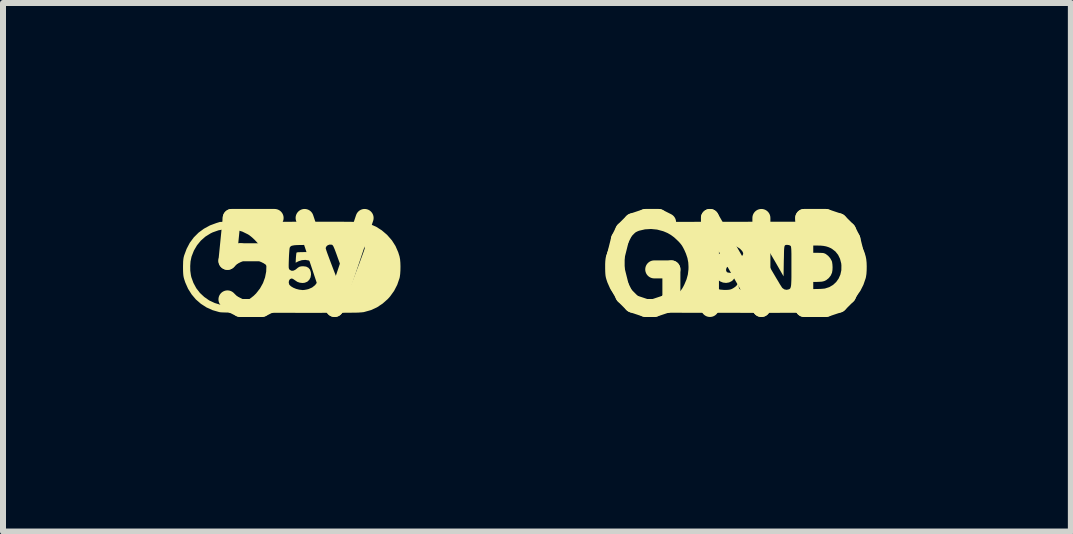
<source format=kicad_pcb>
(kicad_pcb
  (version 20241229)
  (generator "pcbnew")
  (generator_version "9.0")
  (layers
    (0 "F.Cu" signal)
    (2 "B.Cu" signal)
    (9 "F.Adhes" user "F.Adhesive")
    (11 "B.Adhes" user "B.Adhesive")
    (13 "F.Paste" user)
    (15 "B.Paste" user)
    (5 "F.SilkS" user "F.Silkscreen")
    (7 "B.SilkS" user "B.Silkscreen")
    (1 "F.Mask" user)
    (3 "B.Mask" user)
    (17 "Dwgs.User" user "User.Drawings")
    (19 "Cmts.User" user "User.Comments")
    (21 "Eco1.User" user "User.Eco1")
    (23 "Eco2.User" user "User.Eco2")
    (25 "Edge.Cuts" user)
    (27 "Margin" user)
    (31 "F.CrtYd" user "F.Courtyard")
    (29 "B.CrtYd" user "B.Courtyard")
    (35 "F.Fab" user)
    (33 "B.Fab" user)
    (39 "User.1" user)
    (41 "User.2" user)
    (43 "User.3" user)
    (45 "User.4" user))
  (footprint "GND"
    (layer "F.Cu")
    (at 9.21 1.404)
    (property "Reference" "GND" (at 0 0 0) (layer "F.SilkS") (effects (font (size 1.5 1.5) (thickness 0.3))))
    (attr board_only exclude_from_pos_files exclude_from_bom)
    (fp_poly (pts (xy 1.405 -0.24) (xy 1.437 -0.239) (xy 1.46 -0.237) (xy 1.478 -0.232) (xy 1.494 -0.225) (xy 1.503 -0.22) (xy 1.542 -0.19) (xy 1.576 -0.15) (xy 1.6 -0.107) (xy 1.606 -0.091) (xy 1.612 -0.05) (xy 1.615 -0.002) (xy 1.613 0.047) (xy 1.606 0.088) (xy 1.606 0.09) (xy 1.585 0.137) (xy 1.552 0.179) (xy 1.511 0.213) (xy 1.499 0.219) (xy 1.479 0.229) (xy 1.458 0.235) (xy 1.434 0.24) (xy 1.4 0.242) (xy 1.358 0.244) (xy 1.314 0.245) (xy 1.284 0.244) (xy 1.265 0.242) (xy 1.256 0.238) (xy 1.254 0.235) (xy 1.253 0.224) (xy 1.252 0.198) (xy 1.252 0.16) (xy 1.252 0.112) (xy 1.252 0.056) (xy 1.252 -0.005) (xy 1.252 -0.009) (xy 1.254 -0.241) (xy 1.36 -0.241)) (stroke (width 0) (type solid)) (fill yes) (layer "F.SilkS"))
    (fp_poly (pts (xy 0.886 -0.759) (xy 0.991 -0.759) (xy 1.084 -0.759) (xy 1.166 -0.758) (xy 1.239 -0.758) (xy 1.301 -0.758) (xy 1.355 -0.757) (xy 1.401 -0.756) (xy 1.44 -0.756) (xy 1.473 -0.755) (xy 1.499 -0.754) (xy 1.521 -0.752) (xy 1.539 -0.751) (xy 1.553 -0.75) (xy 1.565 -0.748) (xy 1.571 -0.747) (xy 1.678 -0.719) (xy 1.779 -0.675) (xy 1.873 -0.615) (xy 1.96 -0.54) (xy 1.968 -0.532) (xy 2.041 -0.447) (xy 2.1 -0.354) (xy 2.146 -0.251) (xy 2.167 -0.181) (xy 2.176 -0.135) (xy 2.182 -0.077) (xy 2.184 -0.013) (xy 2.183 0.052) (xy 2.179 0.113) (xy 2.171 0.164) (xy 2.167 0.181) (xy 2.129 0.292) (xy 2.078 0.393) (xy 2.012 0.485) (xy 1.972 0.529) (xy 1.887 0.605) (xy 1.794 0.667) (xy 1.695 0.713) (xy 1.588 0.743) (xy 1.584 0.744) (xy 1.574 0.746) (xy 1.563 0.748) (xy 1.551 0.75) (xy 1.536 0.751) (xy 1.518 0.752) (xy 1.497 0.754) (xy 1.471 0.755) (xy 1.439 0.756) (xy 1.401 0.756) (xy 1.357 0.757) (xy 1.304 0.758) (xy 1.244 0.758) (xy 1.174 0.759) (xy 1.094 0.759) (xy 1.003 0.759) (xy 0.901 0.759) (xy 0.787 0.759) (xy 0.659 0.76) (xy 0.518 0.76) (xy 0.362 0.76) (xy 0.191 0.76) (xy 0.004 0.759) (xy -0.004 0.759) (xy -0.197 0.759) (xy -0.373 0.759) (xy -0.534 0.759) (xy -0.679 0.759) (xy -0.811 0.759) (xy -0.93 0.758) (xy -1.036 0.758) (xy -1.129 0.758) (xy -1.212 0.757) (xy -1.284 0.756) (xy -1.346 0.756) (xy -1.399 0.755) (xy -1.444 0.754) (xy -1.48 0.753) (xy -1.51 0.752) (xy -1.533 0.751) (xy -1.551 0.75) (xy -1.564 0.748) (xy -1.571 0.747) (xy -1.682 0.715) (xy -1.784 0.669) (xy -1.877 0.609) (xy -1.96 0.537) (xy -2.031 0.453) (xy -2.091 0.358) (xy -2.138 0.252) (xy -2.156 0.197) (xy -2.164 0.167) (xy -2.169 0.139) (xy -2.172 0.108) (xy -2.174 0.07) (xy -2.175 0.021) (xy -2.175 0) (xy -2.175 -0.02) (xy -2.055 -0.02) (xy -2.053 0.057) (xy -2.044 0.129) (xy -2.037 0.163) (xy -2.003 0.26) (xy -1.954 0.348) (xy -1.893 0.427) (xy -1.821 0.496) (xy -1.739 0.552) (xy -1.648 0.596) (xy -1.55 0.625) (xy -1.507 0.633) (xy -1.463 0.638) (xy -1.427 0.64) (xy -1.392 0.639) (xy -1.35 0.634) (xy -1.338 0.633) (xy -1.267 0.618) (xy -1.192 0.594) (xy -1.122 0.565) (xy -1.092 0.548) (xy -1.066 0.53) (xy -1.033 0.504) (xy -0.998 0.473) (xy -0.97 0.446) (xy -0.935 0.41) (xy -0.91 0.381) (xy -0.889 0.351) (xy -0.87 0.317) (xy -0.854 0.285) (xy -0.819 0.202) (xy -0.797 0.121) (xy -0.787 0.037) (xy -0.786 -0.004) (xy -0.787 -0.029) (xy -0.509 -0.029) (xy -0.509 0.049) (xy -0.496 0.125) (xy -0.471 0.195) (xy -0.434 0.258) (xy -0.416 0.28) (xy -0.369 0.324) (xy -0.317 0.354) (xy -0.259 0.372) (xy -0.191 0.378) (xy -0.165 0.378) (xy -0.125 0.376) (xy -0.096 0.372) (xy -0.073 0.365) (xy -0.048 0.353) (xy -0.043 0.35) (xy -0.007 0.326) (xy 0.021 0.298) (xy 0.024 0.292) (xy 0.046 0.259) (xy 0.049 0.304) (xy 0.053 0.338) (xy 0.061 0.359) (xy 0.076 0.369) (xy 0.101 0.372) (xy 0.102 0.372) (xy 0.121 0.371) (xy 0.135 0.366) (xy 0.146 0.356) (xy 0.153 0.338) (xy 0.157 0.311) (xy 0.16 0.272) (xy 0.16 0.219) (xy 0.16 0.184) (xy 0.16 0.166) (xy 0.322 0.166) (xy 0.322 0.222) (xy 0.323 0.266) (xy 0.324 0.3) (xy 0.326 0.325) (xy 0.33 0.343) (xy 0.335 0.355) (xy 0.341 0.362) (xy 0.348 0.368) (xy 0.357 0.372) (xy 0.359 0.372) (xy 0.385 0.377) (xy 0.414 0.372) (xy 0.437 0.36) (xy 0.439 0.358) (xy 0.443 0.353) (xy 0.445 0.343) (xy 0.448 0.328) (xy 0.449 0.305) (xy 0.45 0.272) (xy 0.45 0.229) (xy 0.45 0.172) (xy 0.449 0.101) (xy 0.449 0.069) (xy 0.448 0.003) (xy 0.448 -0.057) (xy 0.448 -0.109) (xy 0.449 -0.151) (xy 0.45 -0.182) (xy 0.451 -0.198) (xy 0.452 -0.201) (xy 0.458 -0.193) (xy 0.47 -0.171) (xy 0.49 -0.139) (xy 0.515 -0.096) (xy 0.544 -0.046) (xy 0.576 0.01) (xy 0.608 0.065) (xy 0.644 0.126) (xy 0.678 0.184) (xy 0.709 0.235) (xy 0.735 0.28) (xy 0.757 0.314) (xy 0.772 0.338) (xy 0.78 0.347) (xy 0.812 0.369) (xy 0.849 0.376) (xy 0.878 0.37) (xy 0.891 0.366) (xy 0.901 0.36) (xy 0.909 0.352) (xy 0.915 0.339) (xy 0.92 0.321) (xy 0.924 0.296) (xy 0.926 0.262) (xy 0.928 0.218) (xy 0.929 0.161) (xy 0.929 0.16) (xy 1.119 0.16) (xy 1.12 0.218) (xy 1.123 0.264) (xy 1.128 0.3) (xy 1.136 0.325) (xy 1.149 0.343) (xy 1.167 0.354) (xy 1.19 0.36) (xy 1.22 0.362) (xy 1.257 0.363) (xy 1.303 0.363) (xy 1.315 0.363) (xy 1.364 0.362) (xy 1.411 0.361) (xy 1.452 0.358) (xy 1.481 0.355) (xy 1.488 0.354) (xy 1.56 0.331) (xy 1.623 0.294) (xy 1.675 0.246) (xy 1.716 0.188) (xy 1.745 0.122) (xy 1.761 0.049) (xy 1.762 -0.03) (xy 1.759 -0.064) (xy 1.739 -0.141) (xy 1.707 -0.207) (xy 1.662 -0.263) (xy 1.605 -0.307) (xy 1.582 -0.32) (xy 1.545 -0.336) (xy 1.507 -0.348) (xy 1.465 -0.356) (xy 1.416 -0.361) (xy 1.355 -0.362) (xy 1.299 -0.362) (xy 1.249 -0.361) (xy 1.213 -0.359) (xy 1.188 -0.357) (xy 1.171 -0.354) (xy 1.16 -0.35) (xy 1.15 -0.343) (xy 1.143 -0.336) (xy 1.119 -0.312) (xy 1.119 -0.001) (xy 1.119 0.087) (xy 1.119 0.16) (xy 0.929 0.16) (xy 0.929 0.092) (xy 0.929 0.007) (xy 0.929 -0.015) (xy 0.929 -0.099) (xy 0.929 -0.167) (xy 0.929 -0.222) (xy 0.928 -0.264) (xy 0.927 -0.296) (xy 0.925 -0.32) (xy 0.923 -0.336) (xy 0.921 -0.347) (xy 0.918 -0.353) (xy 0.914 -0.357) (xy 0.892 -0.369) (xy 0.86 -0.373) (xy 0.849 -0.373) (xy 0.837 -0.372) (xy 0.828 -0.369) (xy 0.821 -0.364) (xy 0.815 -0.353) (xy 0.811 -0.336) (xy 0.808 -0.31) (xy 0.806 -0.275) (xy 0.805 -0.227) (xy 0.804 -0.166) (xy 0.802 -0.102) (xy 0.798 0.151) (xy 0.661 -0.088) (xy 0.627 -0.146) (xy 0.595 -0.201) (xy 0.566 -0.249) (xy 0.541 -0.29) (xy 0.521 -0.321) (xy 0.508 -0.34) (xy 0.504 -0.345) (xy 0.47 -0.367) (xy 0.43 -0.375) (xy 0.391 -0.37) (xy 0.356 -0.351) (xy 0.346 -0.342) (xy 0.325 -0.32) (xy 0.323 0.01) (xy 0.322 0.095) (xy 0.322 0.166) (xy 0.16 0.166) (xy 0.16 0.131) (xy 0.16 0.091) (xy 0.159 0.063) (xy 0.157 0.044) (xy 0.153 0.031) (xy 0.148 0.021) (xy 0.141 0.012) (xy 0.14 0.011) (xy 0.12 -0.013) (xy -0.008 -0.013) (xy -0.058 -0.013) (xy -0.093 -0.012) (xy -0.117 -0.01) (xy -0.132 -0.007) (xy -0.142 -0.003) (xy -0.148 0.003) (xy -0.148 0.004) (xy -0.159 0.029) (xy -0.159 0.056) (xy -0.148 0.079) (xy -0.147 0.08) (xy -0.136 0.086) (xy -0.117 0.09) (xy -0.087 0.093) (xy -0.054 0.093) (xy -0.02 0.094) (xy 0.007 0.095) (xy 0.023 0.098) (xy 0.025 0.099) (xy 0.02 0.117) (xy 0.006 0.142) (xy -0.013 0.171) (xy -0.034 0.199) (xy -0.054 0.222) (xy -0.066 0.231) (xy -0.11 0.253) (xy -0.16 0.261) (xy -0.211 0.255) (xy -0.258 0.236) (xy -0.279 0.221) (xy -0.315 0.18) (xy -0.342 0.13) (xy -0.359 0.071) (xy -0.366 0.009) (xy -0.362 -0.053) (xy -0.349 -0.113) (xy -0.326 -0.166) (xy -0.293 -0.21) (xy -0.29 -0.213) (xy -0.247 -0.243) (xy -0.197 -0.26) (xy -0.143 -0.263) (xy -0.09 -0.254) (xy -0.041 -0.232) (xy -0.000454 -0.2) (xy 0.03 -0.176) (xy 0.06 -0.167) (xy 0.089 -0.174) (xy 0.109 -0.191) (xy 0.123 -0.215) (xy 0.125 -0.237) (xy 0.113 -0.262) (xy 0.108 -0.271) (xy 0.072 -0.309) (xy 0.022 -0.341) (xy -0.037 -0.364) (xy -0.098 -0.377) (xy -0.164 -0.38) (xy -0.23 -0.373) (xy -0.288 -0.357) (xy -0.299 -0.352) (xy -0.354 -0.319) (xy -0.405 -0.273) (xy -0.448 -0.22) (xy -0.472 -0.179) (xy -0.497 -0.106) (xy -0.509 -0.029) (xy -0.787 -0.029) (xy -0.79 -0.081) (xy -0.804 -0.154) (xy -0.829 -0.228) (xy -0.855 -0.287) (xy -0.876 -0.328) (xy -0.895 -0.361) (xy -0.916 -0.389) (xy -0.942 -0.419) (xy -0.97 -0.447) (xy -1.026 -0.499) (xy -1.079 -0.538) (xy -1.134 -0.57) (xy -1.195 -0.596) (xy -1.208 -0.601) (xy -1.309 -0.628) (xy -1.41 -0.638) (xy -1.511 -0.632) (xy -1.61 -0.609) (xy -1.707 -0.569) (xy -1.715 -0.565) (xy -1.801 -0.511) (xy -1.877 -0.444) (xy -1.942 -0.366) (xy -1.994 -0.279) (xy -2.031 -0.184) (xy -2.037 -0.163) (xy -2.05 -0.096) (xy -2.055 -0.02) (xy -2.175 -0.02) (xy -2.175 -0.054) (xy -2.173 -0.096) (xy -2.17 -0.129) (xy -2.166 -0.158) (xy -2.159 -0.186) (xy -2.156 -0.197) (xy -2.116 -0.307) (xy -2.062 -0.408) (xy -1.995 -0.498) (xy -1.917 -0.577) (xy -1.826 -0.643) (xy -1.725 -0.698) (xy -1.622 -0.736) (xy -1.558 -0.756) (xy -0.03 -0.758) (xy 0.161 -0.758) (xy 0.335 -0.759) (xy 0.494 -0.759) (xy 0.638 -0.759) (xy 0.769 -0.759)) (stroke (width 0) (type solid)) (fill yes) (layer "F.SilkS")))
  (footprint "5V"
    (layer "F.Cu")
    (at 1.812 1.404)
    (property "Reference" "5V" (at 0 0 0) (layer "F.SilkS") (effects (font (size 1.5 1.5) (thickness 0.3))))
    (attr board_only exclude_from_pos_files exclude_from_bom)
    (fp_poly (pts (xy 0.641 -0.759) (xy 0.735 -0.759) (xy 0.817 -0.759) (xy 0.889 -0.758) (xy 0.95 -0.758) (xy 1.003 -0.757) (xy 1.047 -0.757) (xy 1.084 -0.756) (xy 1.114 -0.755) (xy 1.139 -0.753) (xy 1.159 -0.752) (xy 1.176 -0.751) (xy 1.189 -0.749) (xy 1.199 -0.747) (xy 1.306 -0.719) (xy 1.407 -0.675) (xy 1.501 -0.615) (xy 1.589 -0.54) (xy 1.596 -0.532) (xy 1.67 -0.447) (xy 1.729 -0.354) (xy 1.774 -0.251) (xy 1.796 -0.181) (xy 1.805 -0.135) (xy 1.81 -0.077) (xy 1.812 -0.013) (xy 1.811 0.052) (xy 1.807 0.113) (xy 1.8 0.164) (xy 1.796 0.181) (xy 1.758 0.292) (xy 1.706 0.393) (xy 1.64 0.485) (xy 1.601 0.529) (xy 1.515 0.605) (xy 1.422 0.667) (xy 1.323 0.713) (xy 1.216 0.743) (xy 1.212 0.744) (xy 1.201 0.747) (xy 1.188 0.749) (xy 1.175 0.75) (xy 1.158 0.752) (xy 1.138 0.753) (xy 1.114 0.755) (xy 1.084 0.756) (xy 1.049 0.757) (xy 1.006 0.757) (xy 0.955 0.758) (xy 0.896 0.758) (xy 0.827 0.759) (xy 0.747 0.759) (xy 0.656 0.759) (xy 0.552 0.759) (xy 0.435 0.76) (xy 0.304 0.76) (xy 0.158 0.76) (xy -0.005 0.759) (xy -0.008 0.759) (xy -0.175 0.759) (xy -0.326 0.759) (xy -0.462 0.759) (xy -0.583 0.759) (xy -0.691 0.758) (xy -0.786 0.758) (xy -0.868 0.757) (xy -0.94 0.757) (xy -1.001 0.756) (xy -1.053 0.755) (xy -1.096 0.754) (xy -1.13 0.753) (xy -1.158 0.752) (xy -1.179 0.751) (xy -1.195 0.749) (xy -1.206 0.747) (xy -1.208 0.747) (xy -1.319 0.715) (xy -1.421 0.669) (xy -1.514 0.609) (xy -1.597 0.537) (xy -1.668 0.453) (xy -1.728 0.358) (xy -1.775 0.252) (xy -1.793 0.197) (xy -1.801 0.167) (xy -1.806 0.139) (xy -1.809 0.108) (xy -1.811 0.07) (xy -1.812 0.021) (xy -1.812 0) (xy -1.812 -0.021) (xy -1.692 -0.021) (xy -1.691 0.057) (xy -1.681 0.13) (xy -1.674 0.163) (xy -1.639 0.26) (xy -1.591 0.349) (xy -1.53 0.428) (xy -1.457 0.496) (xy -1.375 0.553) (xy -1.283 0.596) (xy -1.184 0.626) (xy -1.144 0.633) (xy -1.098 0.637) (xy -1.042 0.637) (xy -0.985 0.633) (xy -0.932 0.626) (xy -0.908 0.621) (xy -0.808 0.586) (xy -0.717 0.539) (xy -0.637 0.478) (xy -0.594 0.436) (xy -0.529 0.353) (xy -0.479 0.263) (xy -0.445 0.169) (xy -0.426 0.072) (xy -0.423 -0.012) (xy -0.051 -0.012) (xy -0.05 0.009) (xy -0.047 0.022) (xy -0.043 0.031) (xy -0.038 0.038) (xy -0.035 0.041) (xy -0.008 0.057) (xy 0.023 0.058) (xy 0.056 0.044) (xy 0.074 0.031) (xy 0.104 0.006) (xy 0.13 -0.009) (xy 0.157 -0.015) (xy 0.191 -0.017) (xy 0.24 -0.011) (xy 0.277 0.008) (xy 0.304 0.039) (xy 0.318 0.082) (xy 0.321 0.12) (xy 0.313 0.169) (xy 0.292 0.209) (xy 0.26 0.24) (xy 0.217 0.258) (xy 0.18 0.262) (xy 0.134 0.257) (xy 0.093 0.243) (xy 0.051 0.215) (xy 0.047 0.212) (xy 0.019 0.193) (xy -0.004 0.187) (xy -0.024 0.195) (xy -0.034 0.203) (xy -0.047 0.227) (xy -0.05 0.257) (xy -0.042 0.287) (xy -0.038 0.294) (xy -0.012 0.318) (xy 0.026 0.341) (xy 0.072 0.36) (xy 0.123 0.373) (xy 0.174 0.379) (xy 0.183 0.38) (xy 0.215 0.377) (xy 0.253 0.37) (xy 0.281 0.363) (xy 0.34 0.337) (xy 0.389 0.298) (xy 0.426 0.248) (xy 0.431 0.24) (xy 0.441 0.217) (xy 0.448 0.195) (xy 0.451 0.168) (xy 0.452 0.131) (xy 0.452 0.118) (xy 0.45 0.065) (xy 0.442 0.024) (xy 0.427 -0.01) (xy 0.402 -0.041) (xy 0.387 -0.057) (xy 0.34 -0.091) (xy 0.285 -0.113) (xy 0.226 -0.123) (xy 0.167 -0.118) (xy 0.113 -0.1) (xy 0.11 -0.099) (xy 0.065 -0.076) (xy 0.069 -0.155) (xy 0.072 -0.191) (xy 0.075 -0.22) (xy 0.078 -0.239) (xy 0.08 -0.244) (xy 0.089 -0.248) (xy 0.113 -0.251) (xy 0.152 -0.252) (xy 0.207 -0.253) (xy 0.238 -0.253) (xy 0.294 -0.254) (xy 0.336 -0.254) (xy 0.365 -0.256) (xy 0.385 -0.258) (xy 0.398 -0.262) (xy 0.406 -0.267) (xy 0.407 -0.267) (xy 0.419 -0.289) (xy 0.422 -0.317) (xy 0.422 -0.317) (xy 0.566 -0.317) (xy 0.569 -0.305) (xy 0.577 -0.279) (xy 0.59 -0.241) (xy 0.607 -0.195) (xy 0.627 -0.141) (xy 0.649 -0.082) (xy 0.673 -0.019) (xy 0.697 0.044) (xy 0.721 0.106) (xy 0.744 0.165) (xy 0.765 0.218) (xy 0.784 0.264) (xy 0.799 0.3) (xy 0.81 0.325) (xy 0.815 0.334) (xy 0.84 0.358) (xy 0.873 0.37) (xy 0.91 0.369) (xy 0.938 0.359) (xy 0.96 0.342) (xy 0.975 0.323) (xy 0.983 0.305) (xy 0.996 0.274) (xy 1.012 0.233) (xy 1.032 0.184) (xy 1.053 0.128) (xy 1.076 0.067) (xy 1.1 0.005) (xy 1.124 -0.057) (xy 1.146 -0.118) (xy 1.167 -0.174) (xy 1.185 -0.223) (xy 1.2 -0.265) (xy 1.21 -0.295) (xy 1.216 -0.313) (xy 1.216 -0.317) (xy 1.209 -0.344) (xy 1.19 -0.363) (xy 1.165 -0.375) (xy 1.136 -0.378) (xy 1.11 -0.371) (xy 1.09 -0.353) (xy 1.087 -0.348) (xy 1.081 -0.335) (xy 1.07 -0.307) (xy 1.056 -0.268) (xy 1.038 -0.22) (xy 1.017 -0.165) (xy 0.996 -0.105) (xy 0.988 -0.084) (xy 0.967 -0.024) (xy 0.946 0.032) (xy 0.928 0.081) (xy 0.914 0.121) (xy 0.903 0.15) (xy 0.897 0.166) (xy 0.896 0.168) (xy 0.894 0.172) (xy 0.892 0.174) (xy 0.89 0.175) (xy 0.888 0.171) (xy 0.883 0.161) (xy 0.876 0.145) (xy 0.867 0.119) (xy 0.854 0.083) (xy 0.837 0.036) (xy 0.815 -0.025) (xy 0.797 -0.076) (xy 0.769 -0.152) (xy 0.747 -0.214) (xy 0.729 -0.263) (xy 0.715 -0.3) (xy 0.703 -0.328) (xy 0.694 -0.348) (xy 0.686 -0.361) (xy 0.679 -0.369) (xy 0.673 -0.374) (xy 0.665 -0.376) (xy 0.664 -0.376) (xy 0.631 -0.378) (xy 0.601 -0.368) (xy 0.579 -0.35) (xy 0.567 -0.325) (xy 0.566 -0.317) (xy 0.422 -0.317) (xy 0.414 -0.343) (xy 0.405 -0.355) (xy 0.399 -0.36) (xy 0.39 -0.365) (xy 0.377 -0.368) (xy 0.358 -0.37) (xy 0.329 -0.371) (xy 0.29 -0.371) (xy 0.236 -0.372) (xy 0.211 -0.372) (xy 0.142 -0.371) (xy 0.087 -0.37) (xy 0.046 -0.367) (xy 0.016 -0.362) (xy -0.006 -0.356) (xy -0.02 -0.346) (xy -0.03 -0.334) (xy -0.034 -0.325) (xy -0.037 -0.31) (xy -0.04 -0.281) (xy -0.043 -0.241) (xy -0.046 -0.193) (xy -0.048 -0.141) (xy -0.048 -0.14) (xy -0.05 -0.084) (xy -0.051 -0.042) (xy -0.051 -0.012) (xy -0.423 -0.012) (xy -0.423 -0.027) (xy -0.435 -0.127) (xy -0.464 -0.225) (xy -0.508 -0.321) (xy -0.516 -0.336) (xy -0.542 -0.372) (xy -0.578 -0.414) (xy -0.619 -0.458) (xy -0.662 -0.498) (xy -0.703 -0.531) (xy -0.729 -0.548) (xy -0.823 -0.594) (xy -0.92 -0.623) (xy -1.02 -0.637) (xy -1.12 -0.635) (xy -1.22 -0.616) (xy -1.317 -0.582) (xy -1.352 -0.565) (xy -1.439 -0.511) (xy -1.515 -0.444) (xy -1.579 -0.366) (xy -1.631 -0.277) (xy -1.669 -0.18) (xy -1.673 -0.164) (xy -1.687 -0.097) (xy -1.692 -0.021) (xy -1.812 -0.021) (xy -1.811 -0.054) (xy -1.81 -0.096) (xy -1.807 -0.129) (xy -1.803 -0.158) (xy -1.796 -0.186) (xy -1.793 -0.197) (xy -1.752 -0.307) (xy -1.699 -0.408) (xy -1.632 -0.498) (xy -1.553 -0.577) (xy -1.463 -0.643) (xy -1.362 -0.698) (xy -1.259 -0.736) (xy -1.195 -0.756) (xy -0.034 -0.758) (xy 0.131 -0.759) (xy 0.281 -0.759) (xy 0.415 -0.759) (xy 0.535 -0.759)) (stroke (width 0) (type solid)) (fill yes) (layer "F.SilkS")))
  (gr_rect
    (start -3 -3)
    (end 14.796 5.808)
    (stroke (width 0.1) (type default))
    (fill no)
    (layer "Edge.Cuts")))
</source>
